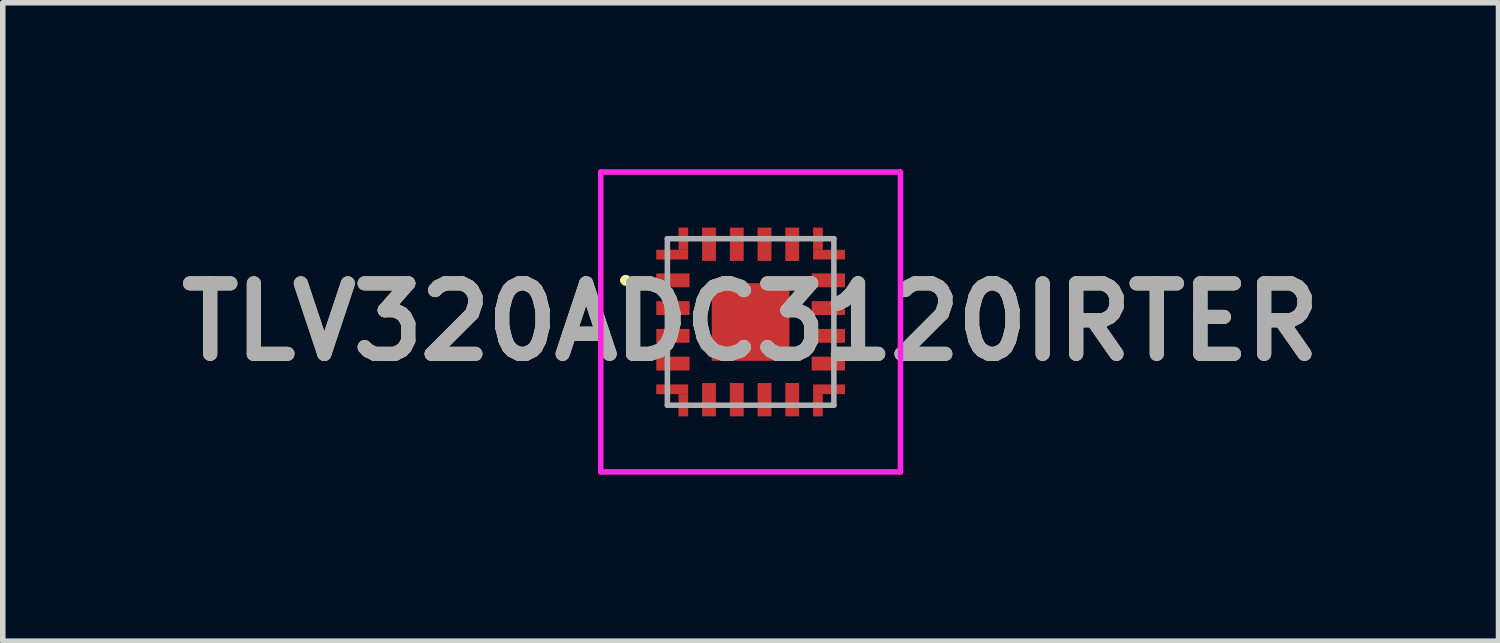
<source format=kicad_pcb>
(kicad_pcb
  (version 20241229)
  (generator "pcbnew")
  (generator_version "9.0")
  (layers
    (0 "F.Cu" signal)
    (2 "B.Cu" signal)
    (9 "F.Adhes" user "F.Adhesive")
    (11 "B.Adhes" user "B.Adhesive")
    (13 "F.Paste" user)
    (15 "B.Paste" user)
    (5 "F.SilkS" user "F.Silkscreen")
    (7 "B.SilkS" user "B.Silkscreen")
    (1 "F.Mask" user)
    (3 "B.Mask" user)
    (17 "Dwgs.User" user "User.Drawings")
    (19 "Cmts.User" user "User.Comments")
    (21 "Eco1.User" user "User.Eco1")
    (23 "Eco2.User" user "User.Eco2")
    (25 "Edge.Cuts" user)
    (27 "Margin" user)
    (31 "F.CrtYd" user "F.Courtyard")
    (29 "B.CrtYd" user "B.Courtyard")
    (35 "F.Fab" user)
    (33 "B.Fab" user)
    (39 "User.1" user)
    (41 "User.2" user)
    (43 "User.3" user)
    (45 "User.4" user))
  (footprint "TLV320ADC3120IRTER"
    (layer "F.Cu")
    (at 10.474 2.751)
    (property "Reference" "TLV320ADC3120IRTER" (at 0 0 0) (layer "F.SilkS") (effects (font (size 1.27 1.27) (thickness 0.254))))
    (attr smd)
    (fp_line (start -2.3 -0.75) (end -2.3 -0.75) (stroke (width 0.1) (type solid)) (layer "F.SilkS"))
    (fp_line (start -2.2 -0.75) (end -2.2 -0.75) (stroke (width 0.1) (type solid)) (layer "F.SilkS"))
    (fp_arc (start -2.3 -0.75) (mid -2.25 -0.8) (end -2.2 -0.75) (stroke (width 0.1) (type solid)) (layer "F.SilkS"))
    (fp_arc (start -2.2 -0.75) (mid -2.25 -0.7) (end -2.3 -0.75) (stroke (width 0.1) (type solid)) (layer "F.SilkS"))
    (fp_line (start -2.7 -2.701) (end 2.7 -2.701) (stroke (width 0.1) (type solid)) (layer "F.CrtYd"))
    (fp_line (start -2.7 2.701) (end -2.7 -2.701) (stroke (width 0.1) (type solid)) (layer "F.CrtYd"))
    (fp_line (start 2.7 -2.701) (end 2.7 2.701) (stroke (width 0.1) (type solid)) (layer "F.CrtYd"))
    (fp_line (start 2.7 2.701) (end -2.7 2.701) (stroke (width 0.1) (type solid)) (layer "F.CrtYd"))
    (fp_line (start -1.5 -1.5) (end 1.5 -1.5) (stroke (width 0.1) (type solid)) (layer "F.Fab"))
    (fp_line (start -1.5 1.5) (end -1.5 -1.5) (stroke (width 0.1) (type solid)) (layer "F.Fab"))
    (fp_line (start 1.5 -1.5) (end 1.5 1.5) (stroke (width 0.1) (type solid)) (layer "F.Fab"))
    (fp_line (start 1.5 1.5) (end -1.5 1.5) (stroke (width 0.1) (type solid)) (layer "F.Fab"))
    (fp_text user "${REFERENCE}" (at 0 0 0) (layer "F.Fab") (effects (font (size 1.27 1.27) (thickness 0.254))))
    (pad "1" smd rect (at -1.4 -0.75 90) (size 0.25 0.6) (layers "F.Cu" "F.Mask" "F.Paste"))
    (pad "2" smd rect (at -1.4 -0.25 90) (size 0.25 0.6) (layers "F.Cu" "F.Mask" "F.Paste"))
    (pad "3" smd rect (at -1.4 0.25 90) (size 0.25 0.6) (layers "F.Cu" "F.Mask" "F.Paste"))
    (pad "4" smd rect (at -1.4 0.75 90) (size 0.25 0.6) (layers "F.Cu" "F.Mask" "F.Paste"))
    (pad "5" smd rect (at -1.413 1.213 90) (size 0.175 0.575) (layers "F.Cu" "F.Mask" "F.Paste"))
    (pad "6" smd rect (at -0.75 1.4) (size 0.25 0.6) (layers "F.Cu" "F.Mask" "F.Paste"))
    (pad "7" smd rect (at -0.25 1.4) (size 0.25 0.6) (layers "F.Cu" "F.Mask" "F.Paste"))
    (pad "8" smd rect (at 0.25 1.4) (size 0.25 0.6) (layers "F.Cu" "F.Mask" "F.Paste"))
    (pad "9" smd rect (at 0.75 1.4) (size 0.25 0.6) (layers "F.Cu" "F.Mask" "F.Paste"))
    (pad "10" smd rect (at 1.413 1.213 90) (size 0.175 0.575) (layers "F.Cu" "F.Mask" "F.Paste"))
    (pad "11" smd rect (at 1.4 0.75 90) (size 0.25 0.6) (layers "F.Cu" "F.Mask" "F.Paste"))
    (pad "12" smd rect (at 1.4 0.25 90) (size 0.25 0.6) (layers "F.Cu" "F.Mask" "F.Paste"))
    (pad "13" smd rect (at 1.4 -0.25 90) (size 0.25 0.6) (layers "F.Cu" "F.Mask" "F.Paste"))
    (pad "14" smd rect (at 1.4 -0.75 90) (size 0.25 0.6) (layers "F.Cu" "F.Mask" "F.Paste"))
    (pad "15" smd rect (at 1.413 -1.213 90) (size 0.175 0.575) (layers "F.Cu" "F.Mask" "F.Paste"))
    (pad "16" smd rect (at 0.75 -1.4) (size 0.25 0.6) (layers "F.Cu" "F.Mask" "F.Paste"))
    (pad "17" smd rect (at 0.25 -1.4) (size 0.25 0.6) (layers "F.Cu" "F.Mask" "F.Paste"))
    (pad "18" smd rect (at -0.25 -1.4) (size 0.25 0.6) (layers "F.Cu" "F.Mask" "F.Paste"))
    (pad "19" smd rect (at -0.75 -1.4) (size 0.25 0.6) (layers "F.Cu" "F.Mask" "F.Paste"))
    (pad "20" smd rect (at -1.413 -1.213 90) (size 0.175 0.575) (layers "F.Cu" "F.Mask" "F.Paste"))
    (pad "21" smd rect (at 0 0) (size 1.4 1.4) (layers "F.Cu" "F.Mask" "F.Paste"))
    (pad "22" smd rect (at -1.213 1.501) (size 0.175 0.4) (layers "F.Cu" "F.Mask" "F.Paste"))
    (pad "23" smd rect (at 1.213 1.501) (size 0.175 0.4) (layers "F.Cu" "F.Mask" "F.Paste"))
    (pad "24" smd rect (at 1.213 -1.501) (size 0.175 0.4) (layers "F.Cu" "F.Mask" "F.Paste"))
    (pad "25" smd rect (at -1.213 -1.501) (size 0.175 0.4) (layers "F.Cu" "F.Mask" "F.Paste")))
  (gr_rect
    (start -3 -3)
    (end 23.949 8.502)
    (stroke (width 0.1) (type default))
    (fill no)
    (layer "Edge.Cuts")))
</source>
